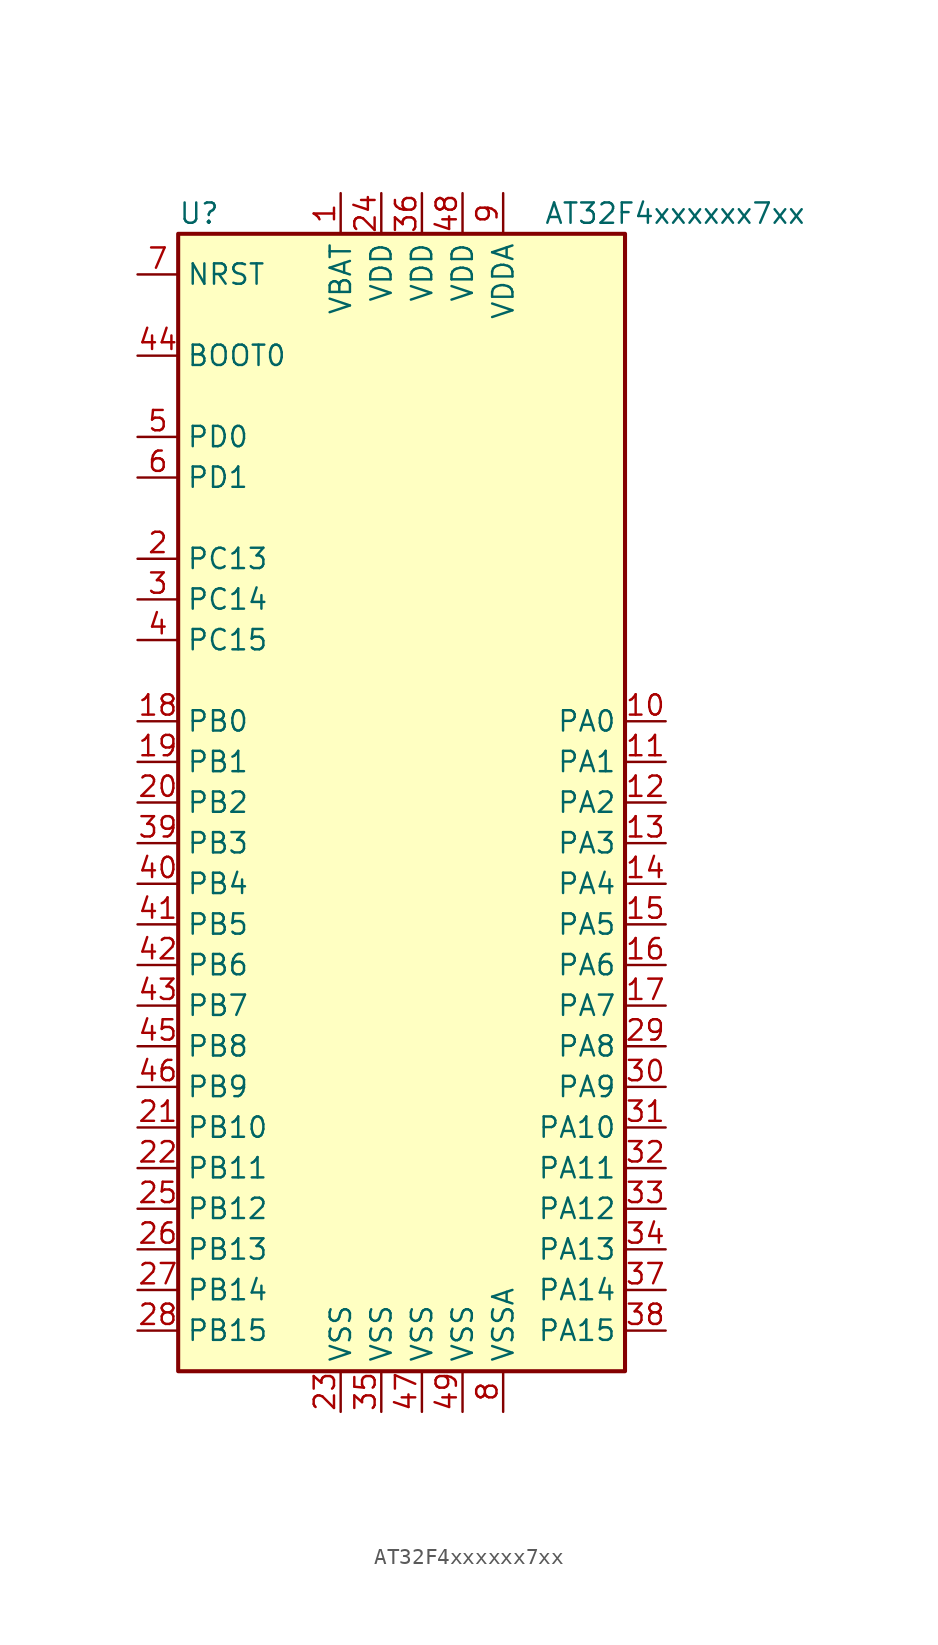
<source format=kicad_sym>
(kicad_symbol_lib
  (version 20220331)
  (generator kicad_symbol_editor)
  (symbol "AT32F4xxxxxx7xx"
    (property "Reference" "U"
      (at -15.24 36.83 0)
      (effects (font (size 1.27 1.27)) (justify left)))
    (property "Value" "AT32F4xxxxxx7xx"
      (at 7.62 36.83 0)
      (effects (font (size 1.27 1.27)) (justify left)))
    (symbol "AT32F4xxxxxx7xx_0_1"
      (rectangle (start -15.24 35.56) (end 12.7 -35.56) (stroke (width 0.254) (type default)) (fill (type background))))
    (symbol "AT32F4xxxxxx7xx_1_1"
      (pin power_in line (at -5.08 38.1 270) (length 2.54) (name "VBAT" (effects (font (size 1.27 1.27)))) (number "1" (effects (font (size 1.27 1.27)))))
      (pin bidirectional line (at 15.24 5.08 180) (length 2.54) (name "PA0" (effects (font (size 1.27 1.27)))) (number "10" (effects (font (size 1.27 1.27)))))
      (pin bidirectional line (at 15.24 2.54 180) (length 2.54) (name "PA1" (effects (font (size 1.27 1.27)))) (number "11" (effects (font (size 1.27 1.27)))))
      (pin bidirectional line (at 15.24 0 180) (length 2.54) (name "PA2" (effects (font (size 1.27 1.27)))) (number "12" (effects (font (size 1.27 1.27)))))
      (pin bidirectional line (at 15.24 -2.54 180) (length 2.54) (name "PA3" (effects (font (size 1.27 1.27)))) (number "13" (effects (font (size 1.27 1.27)))))
      (pin bidirectional line (at 15.24 -5.08 180) (length 2.54) (name "PA4" (effects (font (size 1.27 1.27)))) (number "14" (effects (font (size 1.27 1.27)))))
      (pin bidirectional line (at 15.24 -7.62 180) (length 2.54) (name "PA5" (effects (font (size 1.27 1.27)))) (number "15" (effects (font (size 1.27 1.27)))))
      (pin bidirectional line (at 15.24 -10.16 180) (length 2.54) (name "PA6" (effects (font (size 1.27 1.27)))) (number "16" (effects (font (size 1.27 1.27)))))
      (pin bidirectional line (at 15.24 -12.7 180) (length 2.54) (name "PA7" (effects (font (size 1.27 1.27)))) (number "17" (effects (font (size 1.27 1.27)))))
      (pin bidirectional line (at -17.78 5.08 0) (length 2.54) (name "PB0" (effects (font (size 1.27 1.27)))) (number "18" (effects (font (size 1.27 1.27)))))
      (pin bidirectional line (at -17.78 2.54 0) (length 2.54) (name "PB1" (effects (font (size 1.27 1.27)))) (number "19" (effects (font (size 1.27 1.27)))))
      (pin bidirectional line (at -17.78 15.24 0) (length 2.54) (name "PC13" (effects (font (size 1.27 1.27)))) (number "2" (effects (font (size 1.27 1.27)))))
      (pin bidirectional line (at -17.78 0 0) (length 2.54) (name "PB2" (effects (font (size 1.27 1.27)))) (number "20" (effects (font (size 1.27 1.27)))))
      (pin bidirectional line (at -17.78 -20.32 0) (length 2.54) (name "PB10" (effects (font (size 1.27 1.27)))) (number "21" (effects (font (size 1.27 1.27)))))
      (pin bidirectional line (at -17.78 -22.86 0) (length 2.54) (name "PB11" (effects (font (size 1.27 1.27)))) (number "22" (effects (font (size 1.27 1.27)))))
      (pin power_in line (at -5.08 -38.1 90) (length 2.54) (name "VSS" (effects (font (size 1.27 1.27)))) (number "23" (effects (font (size 1.27 1.27)))))
      (pin power_in line (at -2.54 38.1 270) (length 2.54) (name "VDD" (effects (font (size 1.27 1.27)))) (number "24" (effects (font (size 1.27 1.27)))))
      (pin bidirectional line (at -17.78 -25.4 0) (length 2.54) (name "PB12" (effects (font (size 1.27 1.27)))) (number "25" (effects (font (size 1.27 1.27)))))
      (pin bidirectional line (at -17.78 -27.94 0) (length 2.54) (name "PB13" (effects (font (size 1.27 1.27)))) (number "26" (effects (font (size 1.27 1.27)))))
      (pin bidirectional line (at -17.78 -30.48 0) (length 2.54) (name "PB14" (effects (font (size 1.27 1.27)))) (number "27" (effects (font (size 1.27 1.27)))))
      (pin bidirectional line (at -17.78 -33.02 0) (length 2.54) (name "PB15" (effects (font (size 1.27 1.27)))) (number "28" (effects (font (size 1.27 1.27)))))
      (pin bidirectional line (at 15.24 -15.24 180) (length 2.54) (name "PA8" (effects (font (size 1.27 1.27)))) (number "29" (effects (font (size 1.27 1.27)))))
      (pin bidirectional line (at -17.78 12.7 0) (length 2.54) (name "PC14" (effects (font (size 1.27 1.27)))) (number "3" (effects (font (size 1.27 1.27)))))
      (pin bidirectional line (at 15.24 -17.78 180) (length 2.54) (name "PA9" (effects (font (size 1.27 1.27)))) (number "30" (effects (font (size 1.27 1.27)))))
      (pin bidirectional line (at 15.24 -20.32 180) (length 2.54) (name "PA10" (effects (font (size 1.27 1.27)))) (number "31" (effects (font (size 1.27 1.27)))))
      (pin bidirectional line (at 15.24 -22.86 180) (length 2.54) (name "PA11" (effects (font (size 1.27 1.27)))) (number "32" (effects (font (size 1.27 1.27)))))
      (pin bidirectional line (at 15.24 -25.4 180) (length 2.54) (name "PA12" (effects (font (size 1.27 1.27)))) (number "33" (effects (font (size 1.27 1.27)))))
      (pin bidirectional line (at 15.24 -27.94 180) (length 2.54) (name "PA13" (effects (font (size 1.27 1.27)))) (number "34" (effects (font (size 1.27 1.27)))))
      (pin power_in line (at -2.54 -38.1 90) (length 2.54) (name "VSS" (effects (font (size 1.27 1.27)))) (number "35" (effects (font (size 1.27 1.27)))))
      (pin power_in line (at 0 38.1 270) (length 2.54) (name "VDD" (effects (font (size 1.27 1.27)))) (number "36" (effects (font (size 1.27 1.27)))))
      (pin bidirectional line (at 15.24 -30.48 180) (length 2.54) (name "PA14" (effects (font (size 1.27 1.27)))) (number "37" (effects (font (size 1.27 1.27)))))
      (pin bidirectional line (at 15.24 -33.02 180) (length 2.54) (name "PA15" (effects (font (size 1.27 1.27)))) (number "38" (effects (font (size 1.27 1.27)))))
      (pin bidirectional line (at -17.78 -2.54 0) (length 2.54) (name "PB3" (effects (font (size 1.27 1.27)))) (number "39" (effects (font (size 1.27 1.27)))))
      (pin bidirectional line (at -17.78 10.16 0) (length 2.54) (name "PC15" (effects (font (size 1.27 1.27)))) (number "4" (effects (font (size 1.27 1.27)))))
      (pin bidirectional line (at -17.78 -5.08 0) (length 2.54) (name "PB4" (effects (font (size 1.27 1.27)))) (number "40" (effects (font (size 1.27 1.27)))))
      (pin bidirectional line (at -17.78 -7.62 0) (length 2.54) (name "PB5" (effects (font (size 1.27 1.27)))) (number "41" (effects (font (size 1.27 1.27)))))
      (pin bidirectional line (at -17.78 -10.16 0) (length 2.54) (name "PB6" (effects (font (size 1.27 1.27)))) (number "42" (effects (font (size 1.27 1.27)))))
      (pin bidirectional line (at -17.78 -12.7 0) (length 2.54) (name "PB7" (effects (font (size 1.27 1.27)))) (number "43" (effects (font (size 1.27 1.27)))))
      (pin input line (at -17.78 27.94 0) (length 2.54) (name "BOOT0" (effects (font (size 1.27 1.27)))) (number "44" (effects (font (size 1.27 1.27)))))
      (pin bidirectional line (at -17.78 -15.24 0) (length 2.54) (name "PB8" (effects (font (size 1.27 1.27)))) (number "45" (effects (font (size 1.27 1.27)))))
      (pin bidirectional line (at -17.78 -17.78 0) (length 2.54) (name "PB9" (effects (font (size 1.27 1.27)))) (number "46" (effects (font (size 1.27 1.27)))))
      (pin power_in line (at 0 -38.1 90) (length 2.54) (name "VSS" (effects (font (size 1.27 1.27)))) (number "47" (effects (font (size 1.27 1.27)))))
      (pin power_in line (at 2.54 38.1 270) (length 2.54) (name "VDD" (effects (font (size 1.27 1.27)))) (number "48" (effects (font (size 1.27 1.27)))))
      (pin power_in line (at 2.54 -38.1 90) (length 2.54) (name "VSS" (effects (font (size 1.27 1.27)))) (number "49" (effects (font (size 1.27 1.27)))))
      (pin input line (at -17.78 22.86 0) (length 2.54) (name "PD0" (effects (font (size 1.27 1.27)))) (number "5" (effects (font (size 1.27 1.27)))))
      (pin input line (at -17.78 20.32 0) (length 2.54) (name "PD1" (effects (font (size 1.27 1.27)))) (number "6" (effects (font (size 1.27 1.27)))))
      (pin input line (at -17.78 33.02 0) (length 2.54) (name "NRST" (effects (font (size 1.27 1.27)))) (number "7" (effects (font (size 1.27 1.27)))))
      (pin power_in line (at 5.08 -38.1 90) (length 2.54) (name "VSSA" (effects (font (size 1.27 1.27)))) (number "8" (effects (font (size 1.27 1.27)))))
      (pin power_in line (at 5.08 38.1 270) (length 2.54) (name "VDDA" (effects (font (size 1.27 1.27)))) (number "9" (effects (font (size 1.27 1.27))))))))
</source>
